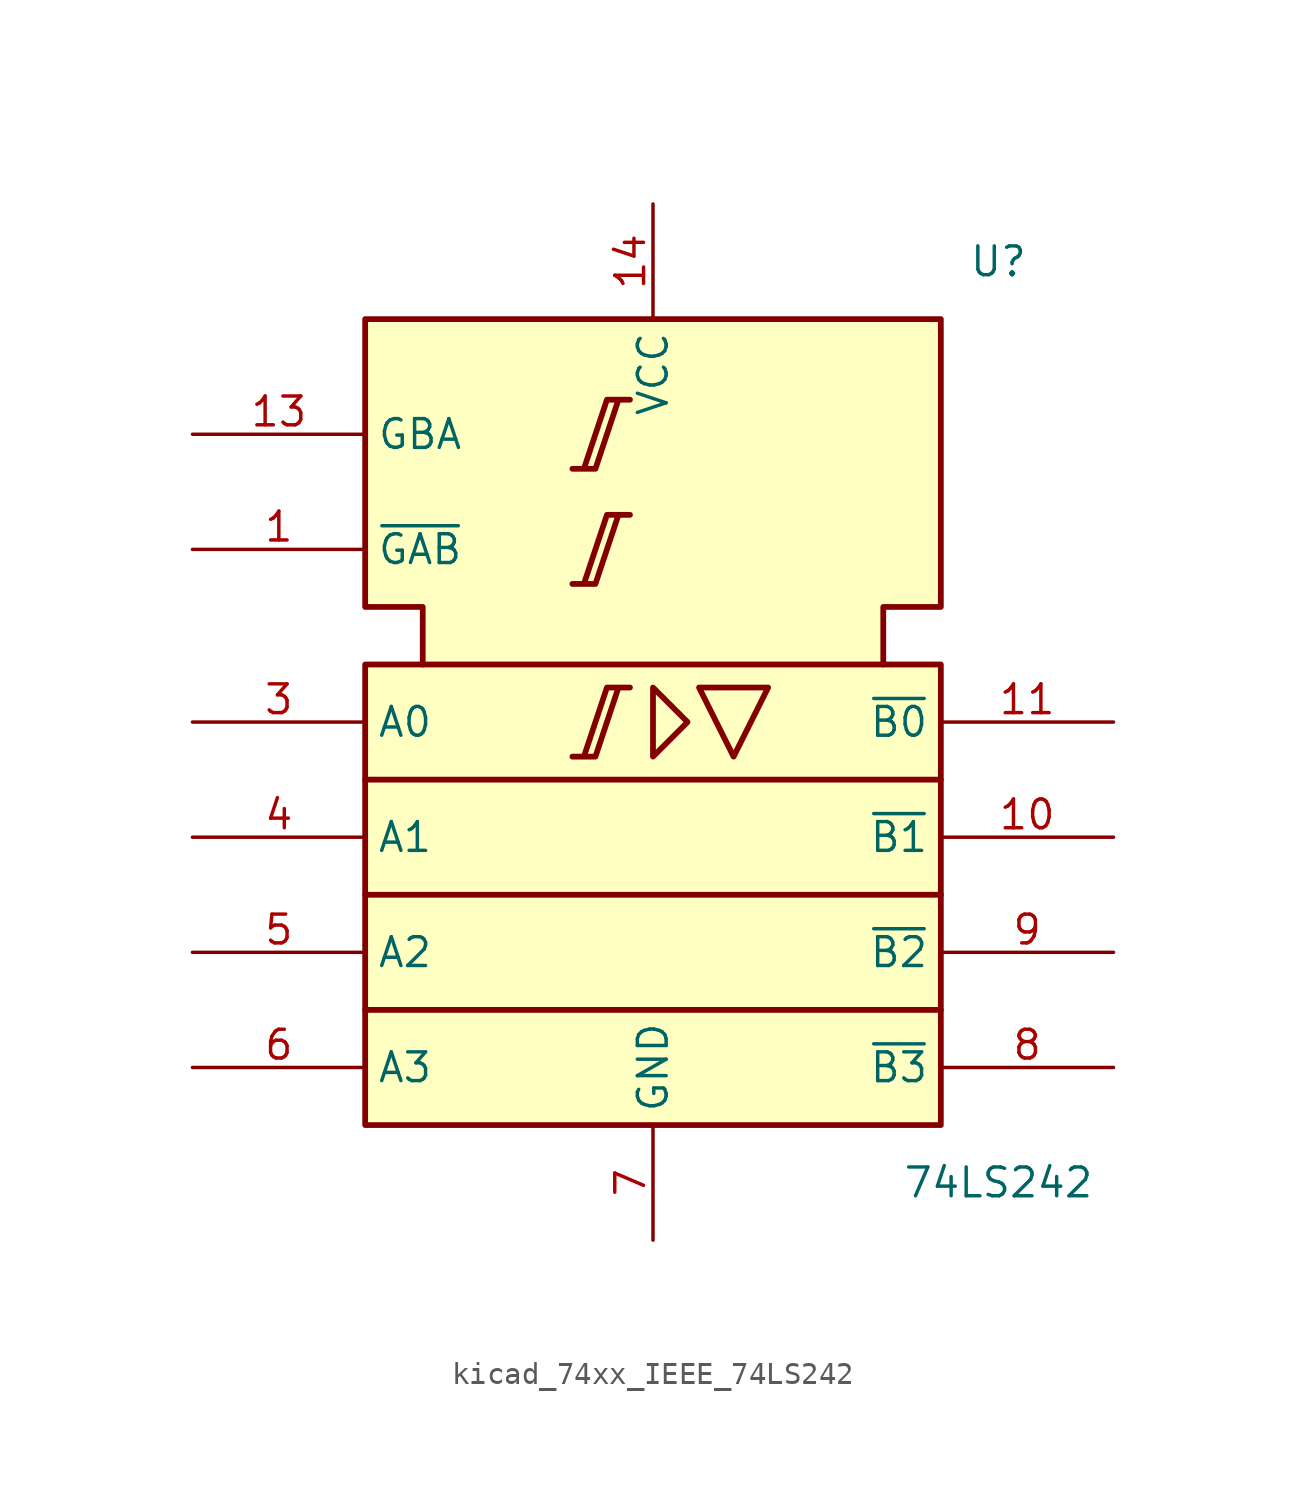
<source format=kicad_sym>
(kicad_symbol_lib
  (version 20220914)
  (generator kicad_symbol_editor)
  (symbol "kicad_74xx_IEEE_74LS242"
    (property "Reference" "U"
      (at 15.24 25.4 0)
      (effects (font (size 1.27 1.27))))
    (property "Value" "74LS242"
      (at 15.24 -15.24 0)
      (effects (font (size 1.27 1.27))))
    (symbol "kicad_74xx_IEEE_74LS242_0_0"
      (pin power_in line (at 0 27.94 270) (length 5.08) (name "VCC" (effects (font (size 1.27 1.27)))) (number "14" (effects (font (size 1.27 1.27)))))
      (pin power_in line (at 0 -17.78 90) (length 5.08) (name "GND" (effects (font (size 1.27 1.27)))) (number "7" (effects (font (size 1.27 1.27))))))
    (symbol "kicad_74xx_IEEE_74LS242_0_1"
      (rectangle (start -12.7 7.62) (end 12.7 -12.7) (stroke (width 0.254) (type default)) (fill (type background)))
      (polyline (pts (xy -12.7 -7.62) (xy 12.7 -7.62) (xy 12.7 -7.62)) (stroke (width 0.254) (type default)) (fill (type background)))
      (polyline (pts (xy -12.7 -2.54) (xy 12.7 -2.54) (xy 12.7 -2.54)) (stroke (width 0.254) (type default)) (fill (type background)))
      (polyline (pts (xy -12.7 2.54) (xy 12.7 2.54) (xy 12.7 2.54)) (stroke (width 0.254) (type default)) (fill (type background)))
      (polyline (pts (xy 0 6.604) (xy 0 3.556) (xy 1.524 5.08) (xy 0 6.604) (xy 0 6.604)) (stroke (width 0.254) (type default)) (fill (type background)))
      (polyline (pts (xy 2.032 6.604) (xy 5.08 6.604) (xy 3.556 3.556) (xy 2.032 6.604) (xy 2.032 6.604)) (stroke (width 0.254) (type default)) (fill (type background)))
      (polyline (pts (xy -3.556 3.556) (xy -2.54 3.556) (xy -1.524 6.604) (xy -1.016 6.604) (xy -2.032 6.604) (xy -3.048 3.556) (xy -3.048 3.556)) (stroke (width 0.254) (type default)) (fill (type background)))
      (polyline (pts (xy -3.556 11.176) (xy -2.54 11.176) (xy -1.524 14.224) (xy -1.016 14.224) (xy -2.032 14.224) (xy -3.048 11.176) (xy -3.048 11.176)) (stroke (width 0.254) (type default)) (fill (type background)))
      (polyline (pts (xy -3.556 16.256) (xy -2.54 16.256) (xy -1.524 19.304) (xy -1.016 19.304) (xy -2.032 19.304) (xy -3.048 16.256) (xy -3.048 16.256)) (stroke (width 0.254) (type default)) (fill (type background)))
      (polyline (pts (xy -10.16 7.62) (xy -10.16 10.16) (xy -12.7 10.16) (xy -12.7 22.86) (xy 12.7 22.86) (xy 12.7 10.16) (xy 10.16 10.16) (xy 10.16 7.62) (xy 10.16 7.62)) (stroke (width 0.254) (type default)) (fill (type background))))
    (symbol "kicad_74xx_IEEE_74LS242_1_1"
      (pin input line (at -20.32 12.7 0) (length 7.62) (name "~{GAB}" (effects (font (size 1.27 1.27)))) (number "1" (effects (font (size 1.27 1.27)))))
      (pin tri_state line (at 20.32 0 180) (length 7.62) (name "~{B1}" (effects (font (size 1.27 1.27)))) (number "10" (effects (font (size 1.27 1.27)))))
      (pin tri_state line (at 20.32 5.08 180) (length 7.62) (name "~{B0}" (effects (font (size 1.27 1.27)))) (number "11" (effects (font (size 1.27 1.27)))))
      (pin input line (at -20.32 17.78 0) (length 7.62) (name "GBA" (effects (font (size 1.27 1.27)))) (number "13" (effects (font (size 1.27 1.27)))))
      (pin input line (at -20.32 5.08 0) (length 7.62) (name "A0" (effects (font (size 1.27 1.27)))) (number "3" (effects (font (size 1.27 1.27)))))
      (pin input line (at -20.32 0 0) (length 7.62) (name "A1" (effects (font (size 1.27 1.27)))) (number "4" (effects (font (size 1.27 1.27)))))
      (pin input line (at -20.32 -5.08 0) (length 7.62) (name "A2" (effects (font (size 1.27 1.27)))) (number "5" (effects (font (size 1.27 1.27)))))
      (pin input line (at -20.32 -10.16 0) (length 7.62) (name "A3" (effects (font (size 1.27 1.27)))) (number "6" (effects (font (size 1.27 1.27)))))
      (pin tri_state line (at 20.32 -10.16 180) (length 7.62) (name "~{B3}" (effects (font (size 1.27 1.27)))) (number "8" (effects (font (size 1.27 1.27)))))
      (pin tri_state line (at 20.32 -5.08 180) (length 7.62) (name "~{B2}" (effects (font (size 1.27 1.27)))) (number "9" (effects (font (size 1.27 1.27))))))))
</source>
